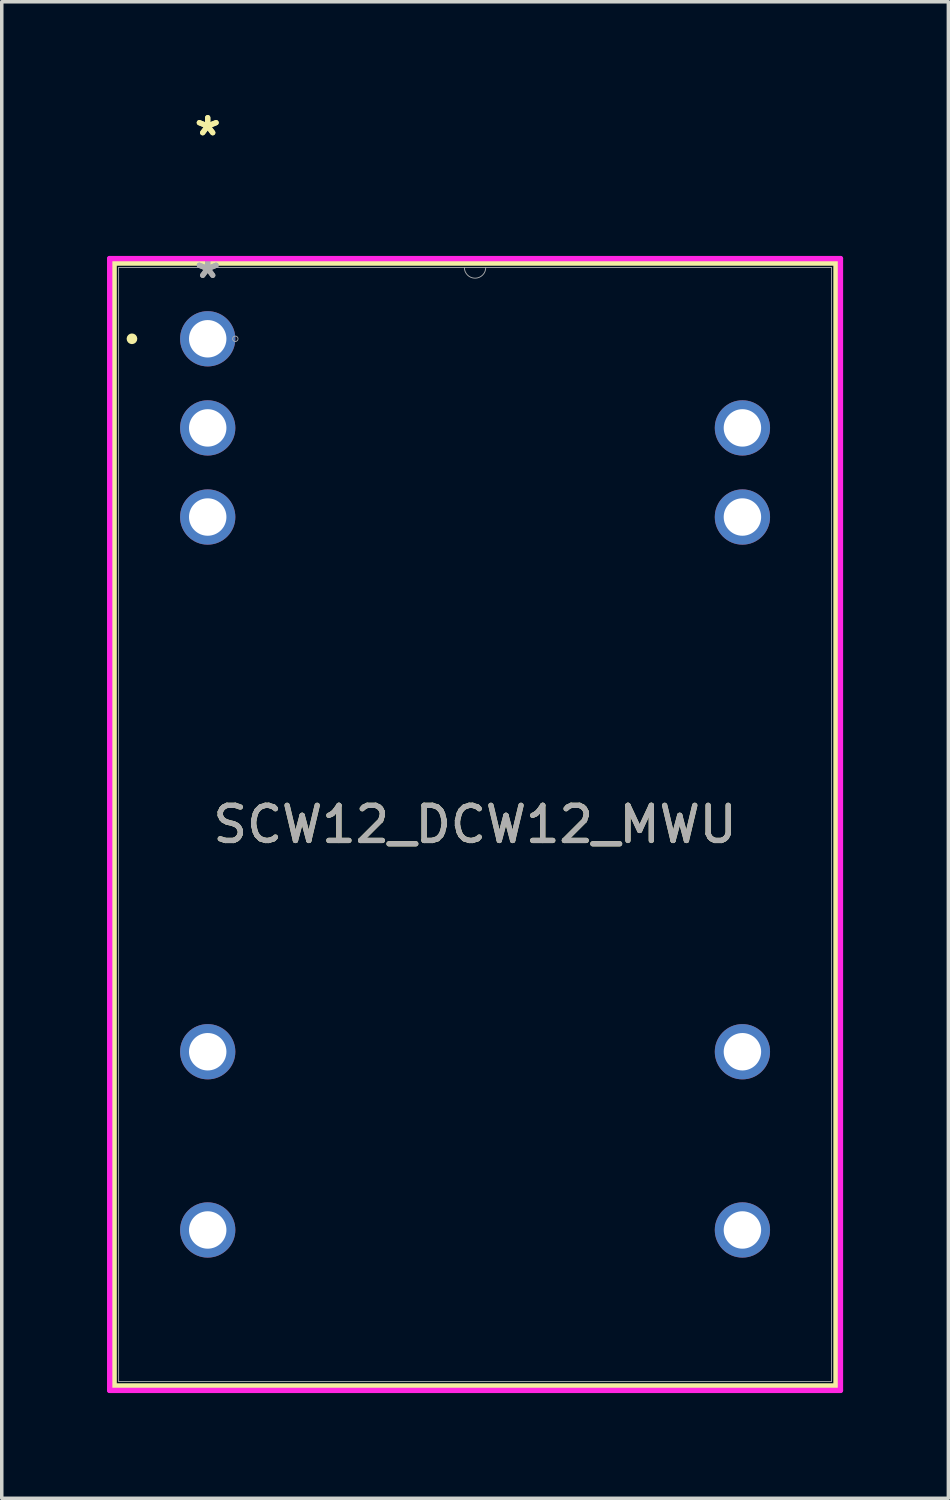
<source format=kicad_pcb>
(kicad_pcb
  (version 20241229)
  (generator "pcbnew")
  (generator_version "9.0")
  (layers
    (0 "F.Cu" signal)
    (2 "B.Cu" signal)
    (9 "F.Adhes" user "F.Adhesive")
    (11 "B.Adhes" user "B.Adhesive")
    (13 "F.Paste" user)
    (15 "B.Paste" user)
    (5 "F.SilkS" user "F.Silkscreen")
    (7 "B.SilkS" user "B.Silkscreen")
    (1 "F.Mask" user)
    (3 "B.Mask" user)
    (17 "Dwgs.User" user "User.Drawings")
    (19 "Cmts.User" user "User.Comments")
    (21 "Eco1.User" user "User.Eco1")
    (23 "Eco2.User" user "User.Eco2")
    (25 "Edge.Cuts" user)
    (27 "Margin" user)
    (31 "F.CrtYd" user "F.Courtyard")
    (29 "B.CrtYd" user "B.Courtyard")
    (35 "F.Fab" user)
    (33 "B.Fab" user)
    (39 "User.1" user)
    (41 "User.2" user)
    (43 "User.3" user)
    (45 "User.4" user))
  (footprint "SCW12_DCW12_MWU"
    (layer "F.Cu")
    (at 2.87 6.606)
    (property "Reference" "SCW12_DCW12_MWU" (at 7.62 13.843 0) (unlocked yes) (layer "F.SilkS") (effects (font (size 1 1) (thickness 0.15))))
    (attr through_hole)
    (fp_line (start -2.667 -2.159) (end -2.667 29.845) (stroke (width 0.152) (type solid)) (layer "F.SilkS"))
    (fp_line (start -2.667 29.845) (end 17.907 29.845) (stroke (width 0.152) (type solid)) (layer "F.SilkS"))
    (fp_line (start 17.907 -2.159) (end -2.667 -2.159) (stroke (width 0.152) (type solid)) (layer "F.SilkS"))
    (fp_line (start 17.907 29.845) (end 17.907 -2.159) (stroke (width 0.152) (type solid)) (layer "F.SilkS"))
    (fp_circle (center -2.159 0) (end -2.083 0) (stroke (width 0.152) (type solid)) (fill no) (layer "F.SilkS"))
    (fp_line (start -2.794 -2.286) (end 18.034 -2.286) (stroke (width 0.152) (type solid)) (layer "F.CrtYd"))
    (fp_line (start -2.794 29.972) (end -2.794 -2.286) (stroke (width 0.152) (type solid)) (layer "F.CrtYd"))
    (fp_line (start 18.034 -2.286) (end 18.034 29.972) (stroke (width 0.152) (type solid)) (layer "F.CrtYd"))
    (fp_line (start 18.034 29.972) (end -2.794 29.972) (stroke (width 0.152) (type solid)) (layer "F.CrtYd"))
    (fp_line (start -2.54 -2.032) (end -2.54 29.718) (stroke (width 0.025) (type solid)) (layer "F.Fab"))
    (fp_line (start -2.54 29.718) (end 17.78 29.718) (stroke (width 0.025) (type solid)) (layer "F.Fab"))
    (fp_line (start 17.78 -2.032) (end -2.54 -2.032) (stroke (width 0.025) (type solid)) (layer "F.Fab"))
    (fp_line (start 17.78 29.718) (end 17.78 -2.032) (stroke (width 0.025) (type solid)) (layer "F.Fab"))
    (fp_arc (start 7.9248 -2.032) (mid 7.62 -1.7272) (end 7.3152 -2.032) (stroke (width 0.0254) (type solid)) (layer "F.Fab"))
    (fp_circle (center 0.787 0) (end 0.864 0) (stroke (width 0.025) (type solid)) (fill no) (layer "F.Fab"))
    (fp_text user "*" (at 0 -5.757 0) (layer "F.SilkS") (effects (font (size 1 1) (thickness 0.15))))
    (fp_text user "*" (at 0 -5.757 0) (unlocked yes) (layer "F.SilkS") (effects (font (size 1 1) (thickness 0.15))))
    (fp_text user "*" (at 0 -1.693 0) (unlocked yes) (layer "F.Fab") (effects (font (size 1 1) (thickness 0.15))))
    (fp_text user "${REFERENCE}" (at 7.62 13.843 0) (unlocked yes) (layer "F.Fab") (effects (font (size 1 1) (thickness 0.15))))
    (fp_text user "*" (at 0 -1.693 0) (layer "F.Fab") (effects (font (size 1 1) (thickness 0.15))))
    (pad "1" thru_hole circle (at 0 0) (size 1.575 1.575) (drill 1.067) (layers "*.Cu" "*.Mask"))
    (pad "2" thru_hole circle (at 0 2.54) (size 1.575 1.575) (drill 1.067) (layers "*.Cu" "*.Mask"))
    (pad "3" thru_hole circle (at 0 5.08) (size 1.575 1.575) (drill 1.067) (layers "*.Cu" "*.Mask"))
    (pad "9" thru_hole circle (at 0 20.32) (size 1.575 1.575) (drill 1.067) (layers "*.Cu" "*.Mask"))
    (pad "11" thru_hole circle (at 0 25.4) (size 1.575 1.575) (drill 1.067) (layers "*.Cu" "*.Mask"))
    (pad "14" thru_hole circle (at 15.24 25.4) (size 1.575 1.575) (drill 1.067) (layers "*.Cu" "*.Mask"))
    (pad "16" thru_hole circle (at 15.24 20.32) (size 1.575 1.575) (drill 1.067) (layers "*.Cu" "*.Mask"))
    (pad "22" thru_hole circle (at 15.24 5.08) (size 1.575 1.575) (drill 1.067) (layers "*.Cu" "*.Mask"))
    (pad "23" thru_hole circle (at 15.24 2.54) (size 1.575 1.575) (drill 1.067) (layers "*.Cu" "*.Mask")))
  (gr_rect
    (start -3 -3)
    (end 23.98 39.654)
    (stroke (width 0.1) (type default))
    (fill no)
    (layer "Edge.Cuts")))
</source>
